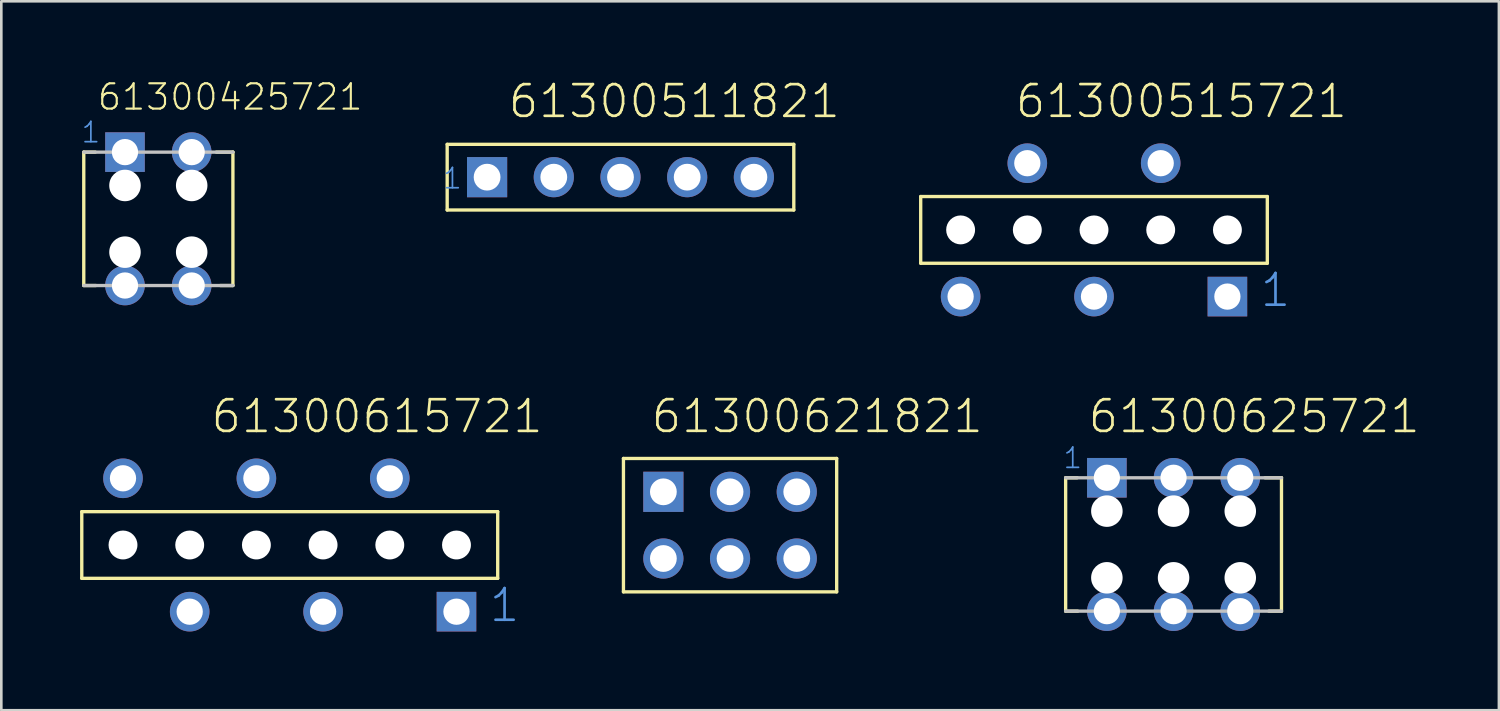
<source format=kicad_pcb>
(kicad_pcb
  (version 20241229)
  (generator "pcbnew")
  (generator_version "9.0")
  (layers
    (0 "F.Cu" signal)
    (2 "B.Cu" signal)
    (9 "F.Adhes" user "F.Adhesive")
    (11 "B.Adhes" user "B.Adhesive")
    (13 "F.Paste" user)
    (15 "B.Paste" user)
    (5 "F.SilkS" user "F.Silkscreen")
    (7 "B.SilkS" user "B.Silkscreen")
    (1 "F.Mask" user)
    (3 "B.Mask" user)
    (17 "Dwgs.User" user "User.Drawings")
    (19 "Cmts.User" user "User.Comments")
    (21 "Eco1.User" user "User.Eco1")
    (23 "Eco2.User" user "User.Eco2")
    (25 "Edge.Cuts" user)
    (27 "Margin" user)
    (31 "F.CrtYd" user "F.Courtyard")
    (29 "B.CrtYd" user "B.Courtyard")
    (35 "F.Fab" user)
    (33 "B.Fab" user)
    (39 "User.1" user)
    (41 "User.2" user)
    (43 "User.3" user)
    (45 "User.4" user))
  (footprint "61300615721"
    (layer "F.Cu")
    (at 7.984 17.705)
    (property "Reference" "61300615721" (at -3.057 -4.194 0) (layer "F.SilkS") (effects (font (size 1.206 1.206) (thickness 0.102)) (justify left bottom)))
    (attr through_hole)
    (fp_line (start -7.92 -1.27) (end 7.92 -1.27) (stroke (width 0.127) (type solid)) (layer "F.SilkS"))
    (fp_line (start -7.92 1.27) (end -7.92 -1.27) (stroke (width 0.127) (type solid)) (layer "F.SilkS"))
    (fp_line (start 7.92 -1.27) (end 7.92 1.27) (stroke (width 0.127) (type solid)) (layer "F.SilkS"))
    (fp_line (start 7.92 1.27) (end -7.92 1.27) (stroke (width 0.127) (type solid)) (layer "F.SilkS"))
    (fp_text user "1" (at 7.54 3 0) (layer "Cmts.User") (effects (font (size 1.206 1.206) (thickness 0.102)) (justify left bottom)))
    (pad "" np_thru_hole circle (at -6.35 0) (size 1.1 1.1) (drill 1.1) (layers "*.Cu"))
    (pad "" np_thru_hole circle (at -3.81 0) (size 1.1 1.1) (drill 1.1) (layers "*.Cu"))
    (pad "" np_thru_hole circle (at -1.27 0) (size 1.1 1.1) (drill 1.1) (layers "*.Cu"))
    (pad "" np_thru_hole circle (at 1.27 0) (size 1.1 1.1) (drill 1.1) (layers "*.Cu"))
    (pad "" np_thru_hole circle (at 3.81 0) (size 1.1 1.1) (drill 1.1) (layers "*.Cu"))
    (pad "" np_thru_hole circle (at 6.35 0) (size 1.1 1.1) (drill 1.1) (layers "*.Cu"))
    (pad "1" thru_hole rect (at 6.35 2.54 180) (size 1.508 1.508) (drill 1) (layers "*.Cu" "*.Mask"))
    (pad "2" thru_hole circle (at 3.81 -2.54 180) (size 1.508 1.508) (drill 1) (layers "*.Cu" "*.Mask"))
    (pad "3" thru_hole circle (at 1.27 2.54 180) (size 1.508 1.508) (drill 1) (layers "*.Cu" "*.Mask"))
    (pad "4" thru_hole circle (at -1.27 -2.54 180) (size 1.508 1.508) (drill 1) (layers "*.Cu" "*.Mask"))
    (pad "5" thru_hole circle (at -3.81 2.54 180) (size 1.508 1.508) (drill 1) (layers "*.Cu" "*.Mask"))
    (pad "6" thru_hole circle (at -6.35 -2.54 180) (size 1.508 1.508) (drill 1) (layers "*.Cu" "*.Mask")))
  (footprint "61300515721"
    (layer "F.Cu")
    (at 38.613 5.705)
    (property "Reference" "61300515721" (at -3.057 -4.194 0) (layer "F.SilkS") (effects (font (size 1.206 1.206) (thickness 0.102)) (justify left bottom)))
    (attr through_hole)
    (fp_line (start -6.6 -1.27) (end 6.6 -1.27) (stroke (width 0.127) (type solid)) (layer "F.SilkS"))
    (fp_line (start -6.6 1.27) (end -6.6 -1.27) (stroke (width 0.127) (type solid)) (layer "F.SilkS"))
    (fp_line (start 6.6 -1.27) (end 6.6 1.27) (stroke (width 0.127) (type solid)) (layer "F.SilkS"))
    (fp_line (start 6.6 1.27) (end -6.6 1.27) (stroke (width 0.127) (type solid)) (layer "F.SilkS"))
    (fp_text user "1" (at 6.27 3 0) (layer "Cmts.User") (effects (font (size 1.206 1.206) (thickness 0.102)) (justify left bottom)))
    (pad "" np_thru_hole circle (at -5.08 0) (size 1.1 1.1) (drill 1.1) (layers "*.Cu"))
    (pad "" np_thru_hole circle (at -2.54 0) (size 1.1 1.1) (drill 1.1) (layers "*.Cu"))
    (pad "" np_thru_hole circle (at 0 0) (size 1.1 1.1) (drill 1.1) (layers "*.Cu"))
    (pad "" np_thru_hole circle (at 2.54 0) (size 1.1 1.1) (drill 1.1) (layers "*.Cu"))
    (pad "" np_thru_hole circle (at 5.08 0) (size 1.1 1.1) (drill 1.1) (layers "*.Cu"))
    (pad "1" thru_hole rect (at 5.08 2.54 180) (size 1.508 1.508) (drill 1) (layers "*.Cu" "*.Mask"))
    (pad "2" thru_hole circle (at 2.54 -2.54 180) (size 1.508 1.508) (drill 1) (layers "*.Cu" "*.Mask"))
    (pad "3" thru_hole circle (at 0 2.54 180) (size 1.508 1.508) (drill 1) (layers "*.Cu" "*.Mask"))
    (pad "4" thru_hole circle (at -2.54 -2.54 180) (size 1.508 1.508) (drill 1) (layers "*.Cu" "*.Mask"))
    (pad "5" thru_hole circle (at -5.08 2.54 180) (size 1.508 1.508) (drill 1) (layers "*.Cu" "*.Mask")))
  (footprint "61300625721"
    (layer "F.Cu")
    (at 41.643 17.685)
    (property "Reference" "61300625721" (at -3.313 -4.174 0) (layer "F.SilkS") (effects (font (size 1.206 1.206) (thickness 0.102)) (justify left bottom)))
    (attr through_hole)
    (fp_line (start -4.11 2.54) (end -4.11 -2.54) (stroke (width 0.127) (type solid)) (layer "F.SilkS"))
    (fp_line (start -3.67 -2.54) (end -4.11 -2.54) (stroke (width 0.127) (type solid)) (layer "F.SilkS"))
    (fp_line (start -3.65 2.54) (end -4.11 2.54) (stroke (width 0.127) (type solid)) (layer "F.SilkS"))
    (fp_line (start 3.48 -2.54) (end 4.11 -2.54) (stroke (width 0.127) (type solid)) (layer "F.SilkS"))
    (fp_line (start 3.63 2.54) (end 4.11 2.54) (stroke (width 0.127) (type solid)) (layer "F.SilkS"))
    (fp_line (start 4.11 -2.54) (end 4.11 2.54) (stroke (width 0.127) (type solid)) (layer "F.SilkS"))
    (fp_line (start -4.11 -2.54) (end 4.11 -2.54) (stroke (width 0.127) (type solid)) (layer "Dwgs.User"))
    (fp_line (start 4.11 2.54) (end -4.11 2.54) (stroke (width 0.127) (type solid)) (layer "Dwgs.User"))
    (fp_text user "1" (at -4.25 -2.84 0) (layer "Cmts.User") (effects (font (size 0.772 0.772) (thickness 0.065)) (justify left bottom)))
    (pad "" np_thru_hole circle (at -2.54 -1.27) (size 1.2 1.2) (drill 1.2) (layers "*.Cu"))
    (pad "" np_thru_hole circle (at -2.54 1.27) (size 1.2 1.2) (drill 1.2) (layers "*.Cu"))
    (pad "" np_thru_hole circle (at 0 -1.27) (size 1.2 1.2) (drill 1.2) (layers "*.Cu"))
    (pad "" np_thru_hole circle (at 0 1.27) (size 1.2 1.2) (drill 1.2) (layers "*.Cu"))
    (pad "" np_thru_hole circle (at 2.54 -1.27) (size 1.2 1.2) (drill 1.2) (layers "*.Cu"))
    (pad "" np_thru_hole circle (at 2.54 1.27) (size 1.2 1.2) (drill 1.2) (layers "*.Cu"))
    (pad "1" thru_hole rect (at -2.54 -2.54) (size 1.508 1.508) (drill 1) (layers "*.Cu" "*.Mask"))
    (pad "2" thru_hole circle (at 0 -2.54) (size 1.508 1.508) (drill 1) (layers "*.Cu" "*.Mask"))
    (pad "3" thru_hole circle (at 2.54 -2.54) (size 1.508 1.508) (drill 1) (layers "*.Cu" "*.Mask"))
    (pad "4" thru_hole circle (at 2.54 2.54) (size 1.508 1.508) (drill 1) (layers "*.Cu" "*.Mask"))
    (pad "5" thru_hole circle (at 0 2.54) (size 1.508 1.508) (drill 1) (layers "*.Cu" "*.Mask"))
    (pad "6" thru_hole circle (at -2.54 2.54) (size 1.508 1.508) (drill 1) (layers "*.Cu" "*.Mask")))
  (footprint "61300425721"
    (layer "F.Cu")
    (at 2.98 5.283)
    (property "Reference" "61300425721" (at -2.373 -4.074 0) (layer "F.SilkS") (effects (font (size 0.965 0.965) (thickness 0.081)) (justify left bottom)))
    (attr through_hole)
    (fp_line (start -2.84 2.54) (end -2.84 -2.54) (stroke (width 0.127) (type solid)) (layer "F.SilkS"))
    (fp_line (start -2.4 -2.54) (end -2.84 -2.54) (stroke (width 0.127) (type solid)) (layer "F.SilkS"))
    (fp_line (start -2.38 2.54) (end -2.84 2.54) (stroke (width 0.127) (type solid)) (layer "F.SilkS"))
    (fp_line (start 2.21 -2.54) (end 2.84 -2.54) (stroke (width 0.127) (type solid)) (layer "F.SilkS"))
    (fp_line (start 2.36 2.54) (end 2.84 2.54) (stroke (width 0.127) (type solid)) (layer "F.SilkS"))
    (fp_line (start 2.84 -2.54) (end 2.84 2.54) (stroke (width 0.127) (type solid)) (layer "F.SilkS"))
    (fp_line (start -2.84 -2.54) (end 2.84 -2.54) (stroke (width 0.127) (type solid)) (layer "Dwgs.User"))
    (fp_line (start 2.84 2.54) (end -2.84 2.54) (stroke (width 0.127) (type solid)) (layer "Dwgs.User"))
    (fp_text user "1" (at -2.98 -2.84 0) (layer "Cmts.User") (effects (font (size 0.772 0.772) (thickness 0.065)) (justify left bottom)))
    (pad "" np_thru_hole circle (at -1.27 -1.27) (size 1.2 1.2) (drill 1.2) (layers "*.Cu"))
    (pad "" np_thru_hole circle (at -1.27 1.27) (size 1.2 1.2) (drill 1.2) (layers "*.Cu"))
    (pad "" np_thru_hole circle (at 1.27 -1.27) (size 1.2 1.2) (drill 1.2) (layers "*.Cu"))
    (pad "" np_thru_hole circle (at 1.27 1.27) (size 1.2 1.2) (drill 1.2) (layers "*.Cu"))
    (pad "1" thru_hole rect (at -1.27 -2.54) (size 1.508 1.508) (drill 1) (layers "*.Cu" "*.Mask"))
    (pad "2" thru_hole circle (at 1.27 -2.54) (size 1.508 1.508) (drill 1) (layers "*.Cu" "*.Mask"))
    (pad "3" thru_hole circle (at 1.27 2.54) (size 1.508 1.508) (drill 1) (layers "*.Cu" "*.Mask"))
    (pad "4" thru_hole circle (at -1.27 2.54) (size 1.508 1.508) (drill 1) (layers "*.Cu" "*.Mask")))
  (footprint "61300511821"
    (layer "F.Cu")
    (at 20.58 3.697)
    (property "Reference" "61300511821" (at -4.333 -2.185 0) (layer "F.SilkS") (effects (font (size 1.206 1.206) (thickness 0.102)) (justify left bottom)))
    (attr through_hole)
    (fp_line (start -6.6 -1.25) (end -6.6 1.25) (stroke (width 0.127) (type solid)) (layer "F.SilkS"))
    (fp_line (start -6.6 1.25) (end 6.6 1.25) (stroke (width 0.127) (type solid)) (layer "F.SilkS"))
    (fp_line (start 6.6 -1.25) (end -6.6 -1.25) (stroke (width 0.127) (type solid)) (layer "F.SilkS"))
    (fp_line (start 6.6 1.25) (end 6.6 -1.25) (stroke (width 0.127) (type solid)) (layer "F.SilkS"))
    (fp_text user "1" (at -6.81 0.5 0) (layer "Cmts.User") (effects (font (size 0.772 0.772) (thickness 0.065)) (justify left bottom)))
    (pad "1" thru_hole rect (at -5.08 0) (size 1.53 1.53) (drill 1.02) (layers "*.Cu" "*.Mask"))
    (pad "2" thru_hole circle (at -2.54 0) (size 1.53 1.53) (drill 1.02) (layers "*.Cu" "*.Mask"))
    (pad "3" thru_hole circle (at 0 0) (size 1.53 1.53) (drill 1.02) (layers "*.Cu" "*.Mask"))
    (pad "4" thru_hole circle (at 2.54 0) (size 1.53 1.53) (drill 1.02) (layers "*.Cu" "*.Mask"))
    (pad "5" thru_hole circle (at 5.08 0) (size 1.53 1.53) (drill 1.02) (layers "*.Cu" "*.Mask")))
  (footprint "61300621821"
    (layer "F.Cu")
    (at 24.753 16.95)
    (property "Reference" "61300621821" (at -3.063 -3.44 0) (layer "F.SilkS") (effects (font (size 1.206 1.206) (thickness 0.102)) (justify left bottom)))
    (attr through_hole)
    (fp_line (start -4.06 -2.54) (end -4.06 2.54) (stroke (width 0.127) (type solid)) (layer "F.SilkS"))
    (fp_line (start -4.06 2.54) (end 4.06 2.54) (stroke (width 0.127) (type solid)) (layer "F.SilkS"))
    (fp_line (start 4.06 -2.54) (end -4.06 -2.54) (stroke (width 0.127) (type solid)) (layer "F.SilkS"))
    (fp_line (start 4.06 2.54) (end 4.06 -2.54) (stroke (width 0.127) (type solid)) (layer "F.SilkS"))
    (fp_text user "1" (at -2.77 -1 0) (layer "Cmts.User") (effects (font (size 0.579 0.579) (thickness 0.049)) (justify left bottom)))
    (pad "1" thru_hole rect (at -2.54 -1.27) (size 1.53 1.53) (drill 1.02) (layers "*.Cu" "*.Mask"))
    (pad "2" thru_hole circle (at 0 -1.27) (size 1.53 1.53) (drill 1.02) (layers "*.Cu" "*.Mask"))
    (pad "3" thru_hole circle (at 2.54 -1.27) (size 1.53 1.53) (drill 1.02) (layers "*.Cu" "*.Mask"))
    (pad "4" thru_hole circle (at 2.54 1.27) (size 1.53 1.53) (drill 1.02) (layers "*.Cu" "*.Mask"))
    (pad "5" thru_hole circle (at 0 1.27) (size 1.53 1.53) (drill 1.02) (layers "*.Cu" "*.Mask"))
    (pad "6" thru_hole circle (at -2.54 1.27) (size 1.53 1.53) (drill 1.02) (layers "*.Cu" "*.Mask")))
  (gr_rect
    (start -3 -3)
    (end 54.033 23.999)
    (stroke (width 0.1) (type default))
    (fill no)
    (layer "Edge.Cuts")))
</source>
